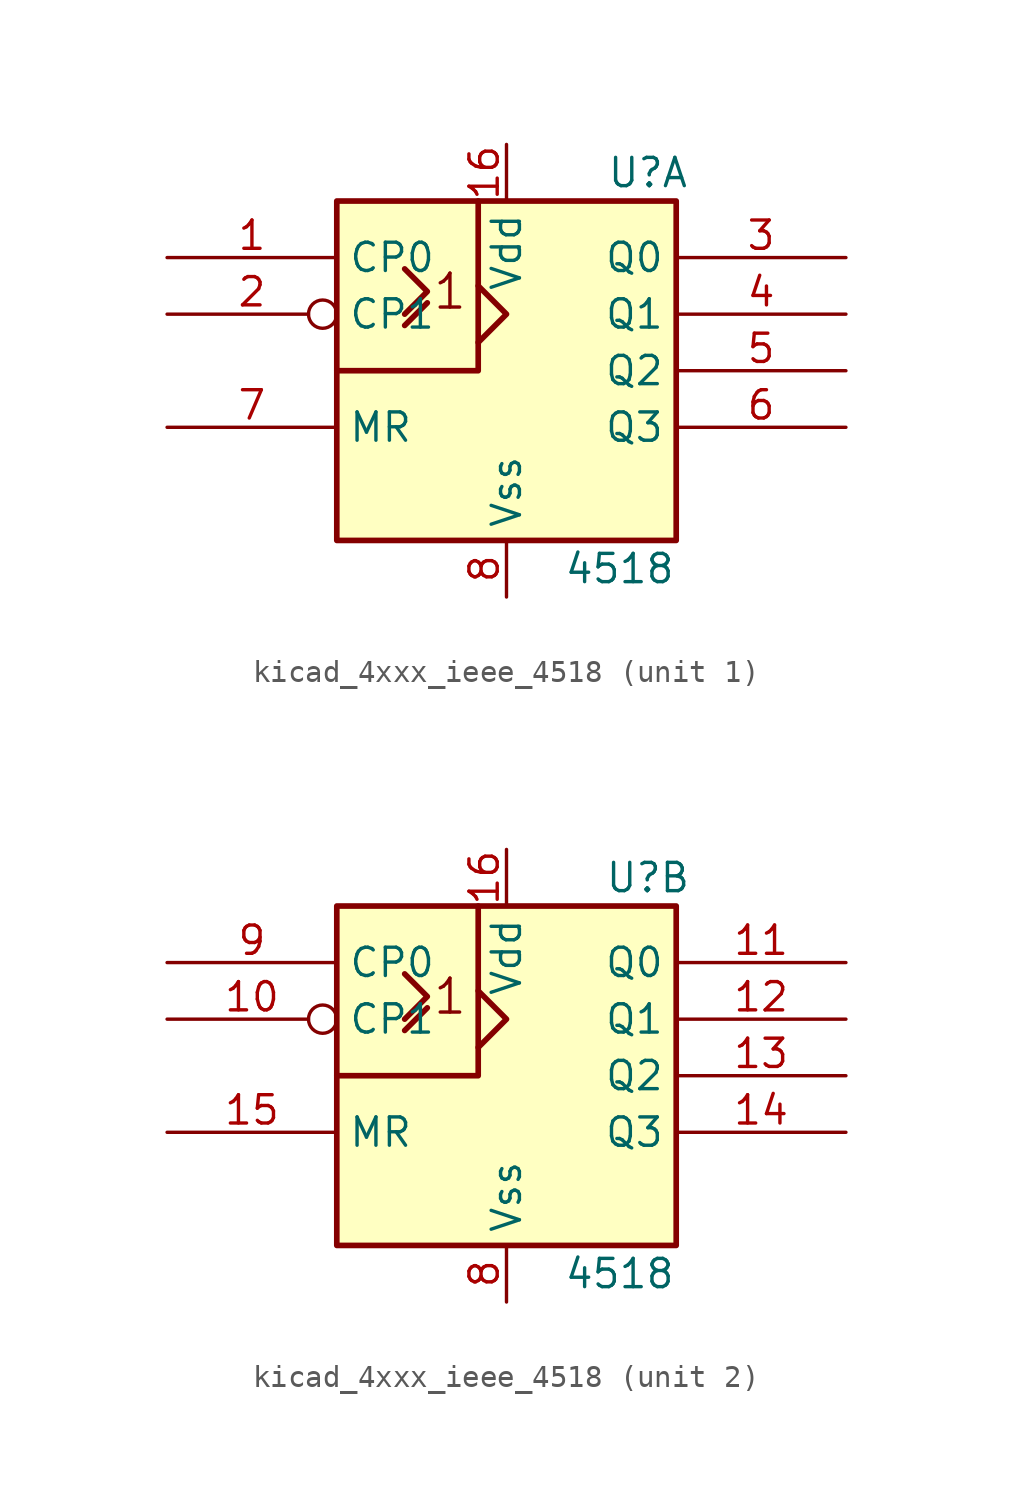
<source format=kicad_sym>
(kicad_symbol_lib
  (version 20220914)
  (generator kicad_symbol_editor)
  (symbol "kicad_4xxx_ieee_4518"
    (property "Reference" "U"
      (at 6.35 8.89 0)
      (effects (font (size 1.27 1.27))))
    (property "Value" "4518"
      (at 5.08 -8.89 0)
      (effects (font (size 1.27 1.27))))
    (symbol "kicad_4xxx_ieee_4518_0_0"
      (text "1" (at -2.54 3.556 0) (effects (font (size 1.524 1.524)))))
    (symbol "kicad_4xxx_ieee_4518_0_1"
      (rectangle (start -7.62 7.62) (end 7.62 -7.62) (stroke (width 0.254) (type default)) (fill (type background)))
      (polyline (pts (xy -4.572 2.032) (xy -3.556 3.048) (xy -3.556 3.048)) (stroke (width 0.254) (type default)) (fill (type background)))
      (polyline (pts (xy -4.572 4.572) (xy -3.556 3.556) (xy -4.572 2.54) (xy -4.572 2.54)) (stroke (width 0.254) (type default)) (fill (type background)))
      (polyline (pts (xy -1.27 3.81) (xy 0 2.54) (xy -1.27 1.27) (xy -1.27 1.27)) (stroke (width 0.254) (type default)) (fill (type background)))
      (polyline (pts (xy -1.27 7.62) (xy -1.27 0) (xy -7.62 0) (xy -6.35 0)) (stroke (width 0.254) (type default)) (fill (type background)))
      (pin power_in line (at 0 10.16 270) (length 2.54) (name "Vdd" (effects (font (size 1.27 1.27)))) (number "16" (effects (font (size 1.27 1.27)))))
      (pin power_in line (at 0 -10.16 90) (length 2.54) (name "Vss" (effects (font (size 1.27 1.27)))) (number "8" (effects (font (size 1.27 1.27))))))
    (symbol "kicad_4xxx_ieee_4518_1_1"
      (pin input line (at -15.24 5.08 0) (length 7.62) (name "CP0" (effects (font (size 1.27 1.27)))) (number "1" (effects (font (size 1.27 1.27)))))
      (pin input inverted (at -15.24 2.54 0) (length 7.62) (name "CP1" (effects (font (size 1.27 1.27)))) (number "2" (effects (font (size 1.27 1.27)))))
      (pin output line (at 15.24 5.08 180) (length 7.62) (name "Q0" (effects (font (size 1.27 1.27)))) (number "3" (effects (font (size 1.27 1.27)))))
      (pin output line (at 15.24 2.54 180) (length 7.62) (name "Q1" (effects (font (size 1.27 1.27)))) (number "4" (effects (font (size 1.27 1.27)))))
      (pin output line (at 15.24 0 180) (length 7.62) (name "Q2" (effects (font (size 1.27 1.27)))) (number "5" (effects (font (size 1.27 1.27)))))
      (pin output line (at 15.24 -2.54 180) (length 7.62) (name "Q3" (effects (font (size 1.27 1.27)))) (number "6" (effects (font (size 1.27 1.27)))))
      (pin input line (at -15.24 -2.54 0) (length 7.62) (name "MR" (effects (font (size 1.27 1.27)))) (number "7" (effects (font (size 1.27 1.27))))))
    (symbol "kicad_4xxx_ieee_4518_2_1"
      (pin input inverted (at -15.24 2.54 0) (length 7.62) (name "CP1" (effects (font (size 1.27 1.27)))) (number "10" (effects (font (size 1.27 1.27)))))
      (pin output line (at 15.24 5.08 180) (length 7.62) (name "Q0" (effects (font (size 1.27 1.27)))) (number "11" (effects (font (size 1.27 1.27)))))
      (pin output line (at 15.24 2.54 180) (length 7.62) (name "Q1" (effects (font (size 1.27 1.27)))) (number "12" (effects (font (size 1.27 1.27)))))
      (pin output line (at 15.24 0 180) (length 7.62) (name "Q2" (effects (font (size 1.27 1.27)))) (number "13" (effects (font (size 1.27 1.27)))))
      (pin output line (at 15.24 -2.54 180) (length 7.62) (name "Q3" (effects (font (size 1.27 1.27)))) (number "14" (effects (font (size 1.27 1.27)))))
      (pin input line (at -15.24 -2.54 0) (length 7.62) (name "MR" (effects (font (size 1.27 1.27)))) (number "15" (effects (font (size 1.27 1.27)))))
      (pin input line (at -15.24 5.08 0) (length 7.62) (name "CP0" (effects (font (size 1.27 1.27)))) (number "9" (effects (font (size 1.27 1.27))))))))
</source>
